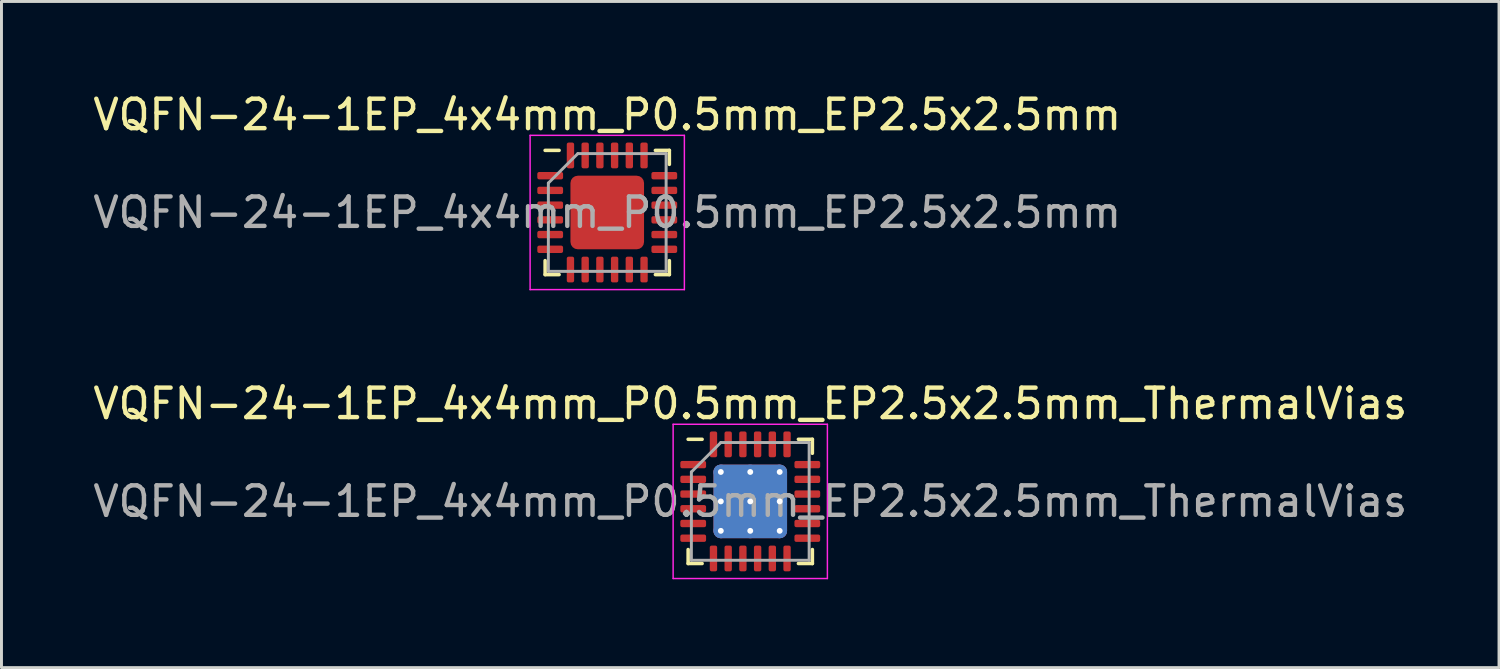
<source format=kicad_pcb>
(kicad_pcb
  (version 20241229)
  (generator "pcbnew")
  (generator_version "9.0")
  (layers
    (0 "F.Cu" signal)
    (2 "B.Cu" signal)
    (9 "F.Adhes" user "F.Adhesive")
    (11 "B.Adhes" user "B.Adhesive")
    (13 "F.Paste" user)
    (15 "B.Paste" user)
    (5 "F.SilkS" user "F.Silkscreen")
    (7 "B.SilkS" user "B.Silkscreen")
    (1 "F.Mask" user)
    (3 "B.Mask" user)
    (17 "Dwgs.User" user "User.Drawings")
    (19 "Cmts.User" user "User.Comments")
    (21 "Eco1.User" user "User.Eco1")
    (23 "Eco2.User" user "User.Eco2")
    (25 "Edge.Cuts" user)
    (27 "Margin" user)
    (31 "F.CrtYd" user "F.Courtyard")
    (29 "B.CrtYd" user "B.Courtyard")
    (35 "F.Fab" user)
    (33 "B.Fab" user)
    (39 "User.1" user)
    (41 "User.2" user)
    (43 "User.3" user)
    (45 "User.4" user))
  (footprint "VQFN-24-1EP_4x4mm_P0.5mm_EP2.5x2.5mm_ThermalVias"
    (layer "F.Cu")
    (at 22.435 13.982)
    (property "Reference" "VQFN-24-1EP_4x4mm_P0.5mm_EP2.5x2.5mm_ThermalVias" (at 0 -3.32 0) (layer "F.SilkS") (effects (font (size 1 1) (thickness 0.15))))
    (attr smd)
    (fp_line (start -2.11 2.11) (end -2.11 1.635) (stroke (width 0.12) (type solid)) (layer "F.SilkS"))
    (fp_line (start -1.635 -2.11) (end -2.11 -2.11) (stroke (width 0.12) (type solid)) (layer "F.SilkS"))
    (fp_line (start -1.635 2.11) (end -2.11 2.11) (stroke (width 0.12) (type solid)) (layer "F.SilkS"))
    (fp_line (start 1.635 -2.11) (end 2.11 -2.11) (stroke (width 0.12) (type solid)) (layer "F.SilkS"))
    (fp_line (start 1.635 2.11) (end 2.11 2.11) (stroke (width 0.12) (type solid)) (layer "F.SilkS"))
    (fp_line (start 2.11 -2.11) (end 2.11 -1.635) (stroke (width 0.12) (type solid)) (layer "F.SilkS"))
    (fp_line (start 2.11 2.11) (end 2.11 1.635) (stroke (width 0.12) (type solid)) (layer "F.SilkS"))
    (fp_line (start -2.62 -2.62) (end -2.62 2.62) (stroke (width 0.05) (type solid)) (layer "F.CrtYd"))
    (fp_line (start -2.62 2.62) (end 2.62 2.62) (stroke (width 0.05) (type solid)) (layer "F.CrtYd"))
    (fp_line (start 2.62 -2.62) (end -2.62 -2.62) (stroke (width 0.05) (type solid)) (layer "F.CrtYd"))
    (fp_line (start 2.62 2.62) (end 2.62 -2.62) (stroke (width 0.05) (type solid)) (layer "F.CrtYd"))
    (fp_line (start -2 -1) (end -1 -2) (stroke (width 0.1) (type solid)) (layer "F.Fab"))
    (fp_line (start -2 2) (end -2 -1) (stroke (width 0.1) (type solid)) (layer "F.Fab"))
    (fp_line (start -1 -2) (end 2 -2) (stroke (width 0.1) (type solid)) (layer "F.Fab"))
    (fp_line (start 2 -2) (end 2 2) (stroke (width 0.1) (type solid)) (layer "F.Fab"))
    (fp_line (start 2 2) (end -2 2) (stroke (width 0.1) (type solid)) (layer "F.Fab"))
    (fp_text user "${REFERENCE}" (at 0 0 0) (layer "F.Fab") (effects (font (size 1 1) (thickness 0.15))))
    (pad "" smd custom (at -0.5 -0.5) (size 0.779 0.779) (layers "F.Paste") (options (anchor circle)) (primitives (gr_poly (pts (xy -0.315 -0.192) (xy -0.192 -0.315) (xy 0.192 -0.315) (xy 0.315 -0.192) (xy 0.315 0.192) (xy 0.192 0.315) (xy -0.192 0.315) (xy -0.315 0.192)) (width 0.297) (fill yes))))
    (pad "" smd custom (at -0.5 0.5) (size 0.779 0.779) (layers "F.Paste") (options (anchor circle)) (primitives (gr_poly (pts (xy -0.315 -0.192) (xy -0.192 -0.315) (xy 0.192 -0.315) (xy 0.315 -0.192) (xy 0.315 0.192) (xy 0.192 0.315) (xy -0.192 0.315) (xy -0.315 0.192)) (width 0.297) (fill yes))))
    (pad "" smd custom (at 0.5 -0.5) (size 0.779 0.779) (layers "F.Paste") (options (anchor circle)) (primitives (gr_poly (pts (xy -0.315 -0.192) (xy -0.192 -0.315) (xy 0.192 -0.315) (xy 0.315 -0.192) (xy 0.315 0.192) (xy 0.192 0.315) (xy -0.192 0.315) (xy -0.315 0.192)) (width 0.297) (fill yes))))
    (pad "" smd custom (at 0.5 0.5) (size 0.779 0.779) (layers "F.Paste") (options (anchor circle)) (primitives (gr_poly (pts (xy -0.315 -0.192) (xy -0.192 -0.315) (xy 0.192 -0.315) (xy 0.315 -0.192) (xy 0.315 0.192) (xy 0.192 0.315) (xy -0.192 0.315) (xy -0.315 0.192)) (width 0.297) (fill yes))))
    (pad "1" smd roundrect (at -1.938 -1.25) (size 0.875 0.25) (layers "F.Cu" "F.Mask" "F.Paste") (roundrect_rratio 0.25))
    (pad "2" smd roundrect (at -1.938 -0.75) (size 0.875 0.25) (layers "F.Cu" "F.Mask" "F.Paste") (roundrect_rratio 0.25))
    (pad "3" smd roundrect (at -1.938 -0.25) (size 0.875 0.25) (layers "F.Cu" "F.Mask" "F.Paste") (roundrect_rratio 0.25))
    (pad "4" smd roundrect (at -1.938 0.25) (size 0.875 0.25) (layers "F.Cu" "F.Mask" "F.Paste") (roundrect_rratio 0.25))
    (pad "5" smd roundrect (at -1.938 0.75) (size 0.875 0.25) (layers "F.Cu" "F.Mask" "F.Paste") (roundrect_rratio 0.25))
    (pad "6" smd roundrect (at -1.938 1.25) (size 0.875 0.25) (layers "F.Cu" "F.Mask" "F.Paste") (roundrect_rratio 0.25))
    (pad "7" smd roundrect (at -1.25 1.938) (size 0.25 0.875) (layers "F.Cu" "F.Mask" "F.Paste") (roundrect_rratio 0.25))
    (pad "8" smd roundrect (at -0.75 1.938) (size 0.25 0.875) (layers "F.Cu" "F.Mask" "F.Paste") (roundrect_rratio 0.25))
    (pad "9" smd roundrect (at -0.25 1.938) (size 0.25 0.875) (layers "F.Cu" "F.Mask" "F.Paste") (roundrect_rratio 0.25))
    (pad "10" smd roundrect (at 0.25 1.938) (size 0.25 0.875) (layers "F.Cu" "F.Mask" "F.Paste") (roundrect_rratio 0.25))
    (pad "11" smd roundrect (at 0.75 1.938) (size 0.25 0.875) (layers "F.Cu" "F.Mask" "F.Paste") (roundrect_rratio 0.25))
    (pad "12" smd roundrect (at 1.25 1.938) (size 0.25 0.875) (layers "F.Cu" "F.Mask" "F.Paste") (roundrect_rratio 0.25))
    (pad "13" smd roundrect (at 1.938 1.25) (size 0.875 0.25) (layers "F.Cu" "F.Mask" "F.Paste") (roundrect_rratio 0.25))
    (pad "14" smd roundrect (at 1.938 0.75) (size 0.875 0.25) (layers "F.Cu" "F.Mask" "F.Paste") (roundrect_rratio 0.25))
    (pad "15" smd roundrect (at 1.938 0.25) (size 0.875 0.25) (layers "F.Cu" "F.Mask" "F.Paste") (roundrect_rratio 0.25))
    (pad "16" smd roundrect (at 1.938 -0.25) (size 0.875 0.25) (layers "F.Cu" "F.Mask" "F.Paste") (roundrect_rratio 0.25))
    (pad "17" smd roundrect (at 1.938 -0.75) (size 0.875 0.25) (layers "F.Cu" "F.Mask" "F.Paste") (roundrect_rratio 0.25))
    (pad "18" smd roundrect (at 1.938 -1.25) (size 0.875 0.25) (layers "F.Cu" "F.Mask" "F.Paste") (roundrect_rratio 0.25))
    (pad "19" smd roundrect (at 1.25 -1.938) (size 0.25 0.875) (layers "F.Cu" "F.Mask" "F.Paste") (roundrect_rratio 0.25))
    (pad "20" smd roundrect (at 0.75 -1.938) (size 0.25 0.875) (layers "F.Cu" "F.Mask" "F.Paste") (roundrect_rratio 0.25))
    (pad "21" smd roundrect (at 0.25 -1.938) (size 0.25 0.875) (layers "F.Cu" "F.Mask" "F.Paste") (roundrect_rratio 0.25))
    (pad "22" smd roundrect (at -0.25 -1.938) (size 0.25 0.875) (layers "F.Cu" "F.Mask" "F.Paste") (roundrect_rratio 0.25))
    (pad "23" smd roundrect (at -0.75 -1.938) (size 0.25 0.875) (layers "F.Cu" "F.Mask" "F.Paste") (roundrect_rratio 0.25))
    (pad "24" smd roundrect (at -1.25 -1.938) (size 0.25 0.875) (layers "F.Cu" "F.Mask" "F.Paste") (roundrect_rratio 0.25))
    (pad "25" thru_hole circle (at -1 -1) (size 0.5 0.5) (drill 0.2) (layers "*.Cu"))
    (pad "25" thru_hole circle (at -1 0) (size 0.5 0.5) (drill 0.2) (layers "*.Cu"))
    (pad "25" thru_hole circle (at -1 1) (size 0.5 0.5) (drill 0.2) (layers "*.Cu"))
    (pad "25" thru_hole circle (at 0 -1) (size 0.5 0.5) (drill 0.2) (layers "*.Cu"))
    (pad "25" thru_hole circle (at 0 0) (size 0.5 0.5) (drill 0.2) (layers "*.Cu"))
    (pad "25" smd roundrect (at 0 0) (size 2.5 2.5) (layers "F.Cu" "F.Mask") (roundrect_rratio 0.1))
    (pad "25" smd roundrect (at 0 0) (size 2.5 2.5) (layers "B.Cu") (roundrect_rratio 0.1))
    (pad "25" thru_hole circle (at 0 1) (size 0.5 0.5) (drill 0.2) (layers "*.Cu"))
    (pad "25" thru_hole circle (at 1 -1) (size 0.5 0.5) (drill 0.2) (layers "*.Cu"))
    (pad "25" thru_hole circle (at 1 0) (size 0.5 0.5) (drill 0.2) (layers "*.Cu"))
    (pad "25" thru_hole circle (at 1 1) (size 0.5 0.5) (drill 0.2) (layers "*.Cu")))
  (footprint "VQFN-24-1EP_4x4mm_P0.5mm_EP2.5x2.5mm"
    (layer "F.Cu")
    (at 17.577 4.168)
    (property "Reference" "VQFN-24-1EP_4x4mm_P0.5mm_EP2.5x2.5mm" (at 0 -3.32 0) (layer "F.SilkS") (effects (font (size 1 1) (thickness 0.15))))
    (attr smd)
    (fp_line (start -2.11 2.11) (end -2.11 1.635) (stroke (width 0.12) (type solid)) (layer "F.SilkS"))
    (fp_line (start -1.635 -2.11) (end -2.11 -2.11) (stroke (width 0.12) (type solid)) (layer "F.SilkS"))
    (fp_line (start -1.635 2.11) (end -2.11 2.11) (stroke (width 0.12) (type solid)) (layer "F.SilkS"))
    (fp_line (start 1.635 -2.11) (end 2.11 -2.11) (stroke (width 0.12) (type solid)) (layer "F.SilkS"))
    (fp_line (start 1.635 2.11) (end 2.11 2.11) (stroke (width 0.12) (type solid)) (layer "F.SilkS"))
    (fp_line (start 2.11 -2.11) (end 2.11 -1.635) (stroke (width 0.12) (type solid)) (layer "F.SilkS"))
    (fp_line (start 2.11 2.11) (end 2.11 1.635) (stroke (width 0.12) (type solid)) (layer "F.SilkS"))
    (fp_line (start -2.62 -2.62) (end -2.62 2.62) (stroke (width 0.05) (type solid)) (layer "F.CrtYd"))
    (fp_line (start -2.62 2.62) (end 2.62 2.62) (stroke (width 0.05) (type solid)) (layer "F.CrtYd"))
    (fp_line (start 2.62 -2.62) (end -2.62 -2.62) (stroke (width 0.05) (type solid)) (layer "F.CrtYd"))
    (fp_line (start 2.62 2.62) (end 2.62 -2.62) (stroke (width 0.05) (type solid)) (layer "F.CrtYd"))
    (fp_line (start -2 -1) (end -1 -2) (stroke (width 0.1) (type solid)) (layer "F.Fab"))
    (fp_line (start -2 2) (end -2 -1) (stroke (width 0.1) (type solid)) (layer "F.Fab"))
    (fp_line (start -1 -2) (end 2 -2) (stroke (width 0.1) (type solid)) (layer "F.Fab"))
    (fp_line (start 2 -2) (end 2 2) (stroke (width 0.1) (type solid)) (layer "F.Fab"))
    (fp_line (start 2 2) (end -2 2) (stroke (width 0.1) (type solid)) (layer "F.Fab"))
    (fp_text user "${REFERENCE}" (at 0 0 0) (layer "F.Fab") (effects (font (size 1 1) (thickness 0.15))))
    (pad "" smd roundrect (at -0.625 -0.625) (size 1.01 1.01) (layers "F.Paste") (roundrect_rratio 0.248))
    (pad "" smd roundrect (at -0.625 0.625) (size 1.01 1.01) (layers "F.Paste") (roundrect_rratio 0.248))
    (pad "" smd roundrect (at 0.625 -0.625) (size 1.01 1.01) (layers "F.Paste") (roundrect_rratio 0.248))
    (pad "" smd roundrect (at 0.625 0.625) (size 1.01 1.01) (layers "F.Paste") (roundrect_rratio 0.248))
    (pad "1" smd roundrect (at -1.938 -1.25) (size 0.875 0.25) (layers "F.Cu" "F.Mask" "F.Paste") (roundrect_rratio 0.25))
    (pad "2" smd roundrect (at -1.938 -0.75) (size 0.875 0.25) (layers "F.Cu" "F.Mask" "F.Paste") (roundrect_rratio 0.25))
    (pad "3" smd roundrect (at -1.938 -0.25) (size 0.875 0.25) (layers "F.Cu" "F.Mask" "F.Paste") (roundrect_rratio 0.25))
    (pad "4" smd roundrect (at -1.938 0.25) (size 0.875 0.25) (layers "F.Cu" "F.Mask" "F.Paste") (roundrect_rratio 0.25))
    (pad "5" smd roundrect (at -1.938 0.75) (size 0.875 0.25) (layers "F.Cu" "F.Mask" "F.Paste") (roundrect_rratio 0.25))
    (pad "6" smd roundrect (at -1.938 1.25) (size 0.875 0.25) (layers "F.Cu" "F.Mask" "F.Paste") (roundrect_rratio 0.25))
    (pad "7" smd roundrect (at -1.25 1.938) (size 0.25 0.875) (layers "F.Cu" "F.Mask" "F.Paste") (roundrect_rratio 0.25))
    (pad "8" smd roundrect (at -0.75 1.938) (size 0.25 0.875) (layers "F.Cu" "F.Mask" "F.Paste") (roundrect_rratio 0.25))
    (pad "9" smd roundrect (at -0.25 1.938) (size 0.25 0.875) (layers "F.Cu" "F.Mask" "F.Paste") (roundrect_rratio 0.25))
    (pad "10" smd roundrect (at 0.25 1.938) (size 0.25 0.875) (layers "F.Cu" "F.Mask" "F.Paste") (roundrect_rratio 0.25))
    (pad "11" smd roundrect (at 0.75 1.938) (size 0.25 0.875) (layers "F.Cu" "F.Mask" "F.Paste") (roundrect_rratio 0.25))
    (pad "12" smd roundrect (at 1.25 1.938) (size 0.25 0.875) (layers "F.Cu" "F.Mask" "F.Paste") (roundrect_rratio 0.25))
    (pad "13" smd roundrect (at 1.938 1.25) (size 0.875 0.25) (layers "F.Cu" "F.Mask" "F.Paste") (roundrect_rratio 0.25))
    (pad "14" smd roundrect (at 1.938 0.75) (size 0.875 0.25) (layers "F.Cu" "F.Mask" "F.Paste") (roundrect_rratio 0.25))
    (pad "15" smd roundrect (at 1.938 0.25) (size 0.875 0.25) (layers "F.Cu" "F.Mask" "F.Paste") (roundrect_rratio 0.25))
    (pad "16" smd roundrect (at 1.938 -0.25) (size 0.875 0.25) (layers "F.Cu" "F.Mask" "F.Paste") (roundrect_rratio 0.25))
    (pad "17" smd roundrect (at 1.938 -0.75) (size 0.875 0.25) (layers "F.Cu" "F.Mask" "F.Paste") (roundrect_rratio 0.25))
    (pad "18" smd roundrect (at 1.938 -1.25) (size 0.875 0.25) (layers "F.Cu" "F.Mask" "F.Paste") (roundrect_rratio 0.25))
    (pad "19" smd roundrect (at 1.25 -1.938) (size 0.25 0.875) (layers "F.Cu" "F.Mask" "F.Paste") (roundrect_rratio 0.25))
    (pad "20" smd roundrect (at 0.75 -1.938) (size 0.25 0.875) (layers "F.Cu" "F.Mask" "F.Paste") (roundrect_rratio 0.25))
    (pad "21" smd roundrect (at 0.25 -1.938) (size 0.25 0.875) (layers "F.Cu" "F.Mask" "F.Paste") (roundrect_rratio 0.25))
    (pad "22" smd roundrect (at -0.25 -1.938) (size 0.25 0.875) (layers "F.Cu" "F.Mask" "F.Paste") (roundrect_rratio 0.25))
    (pad "23" smd roundrect (at -0.75 -1.938) (size 0.25 0.875) (layers "F.Cu" "F.Mask" "F.Paste") (roundrect_rratio 0.25))
    (pad "24" smd roundrect (at -1.25 -1.938) (size 0.25 0.875) (layers "F.Cu" "F.Mask" "F.Paste") (roundrect_rratio 0.25))
    (pad "25" smd roundrect (at 0 0) (size 2.5 2.5) (layers "F.Cu" "F.Mask") (roundrect_rratio 0.1)))
  (gr_rect
    (start -3 -3)
    (end 47.869 19.627)
    (stroke (width 0.1) (type default))
    (fill no)
    (layer "Edge.Cuts")))
</source>
